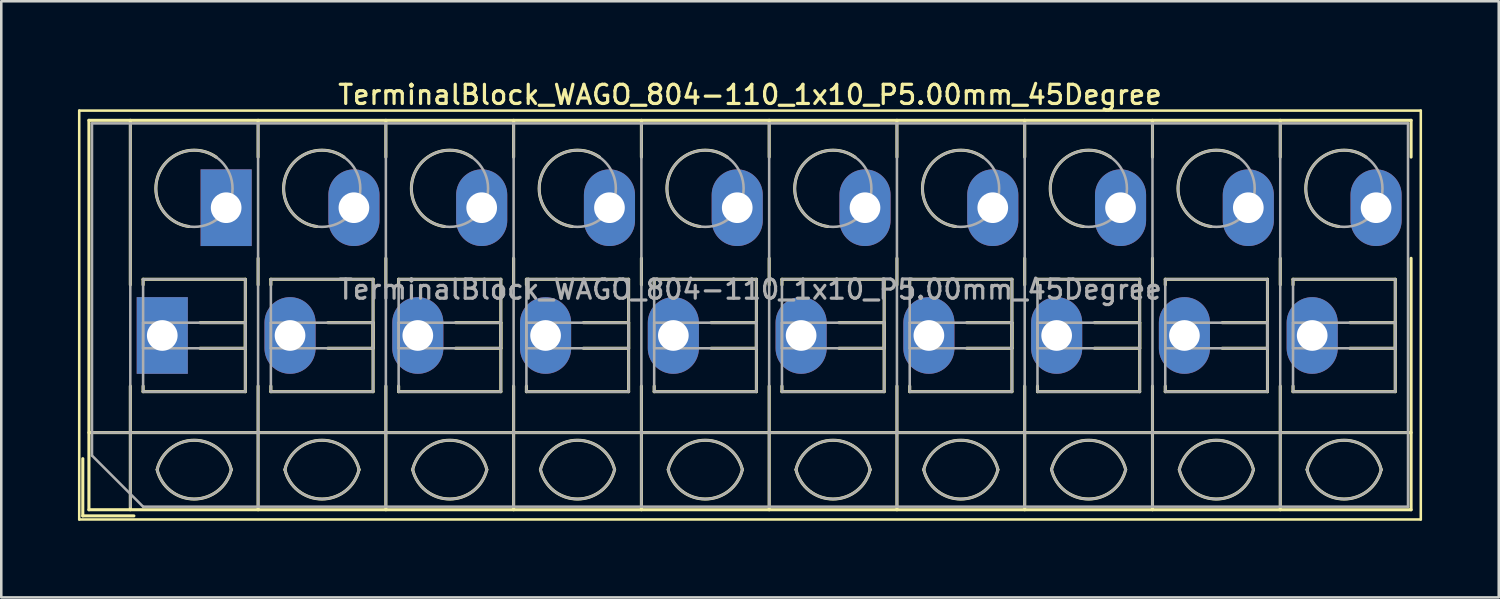
<source format=kicad_pcb>
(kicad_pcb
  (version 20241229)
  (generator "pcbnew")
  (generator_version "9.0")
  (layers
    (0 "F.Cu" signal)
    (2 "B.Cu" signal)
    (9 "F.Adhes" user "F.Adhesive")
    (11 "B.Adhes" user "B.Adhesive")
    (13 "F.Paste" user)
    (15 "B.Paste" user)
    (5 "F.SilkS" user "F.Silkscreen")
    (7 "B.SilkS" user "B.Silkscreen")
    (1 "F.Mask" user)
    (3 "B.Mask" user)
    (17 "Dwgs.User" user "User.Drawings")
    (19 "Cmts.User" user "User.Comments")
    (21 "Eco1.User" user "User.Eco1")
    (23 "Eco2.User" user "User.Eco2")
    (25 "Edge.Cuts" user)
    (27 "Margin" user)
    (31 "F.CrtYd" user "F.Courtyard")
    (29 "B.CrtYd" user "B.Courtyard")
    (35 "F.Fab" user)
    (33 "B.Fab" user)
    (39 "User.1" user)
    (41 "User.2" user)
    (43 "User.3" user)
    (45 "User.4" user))
  (footprint "TerminalBlock_WAGO_804-110_1x10_P5.00mm_45Degree"
    (layer "F.Cu")
    (at 3.3 10.078)
    (property "Reference" "TerminalBlock_WAGO_804-110_1x10_P5.00mm_45Degree" (at 23 -9.42 0) (layer "F.SilkS") (effects (font (size 0.75 0.75) (thickness 0.125))))
    (attr through_hole)
    (fp_line (start -3.25 -8.8) (end -3.25 7.2) (stroke (width 0.1) (type solid)) (layer "F.SilkS"))
    (fp_line (start -3.25 7.2) (end 49.25 7.2) (stroke (width 0.1) (type solid)) (layer "F.SilkS"))
    (fp_line (start -3.11 4.82) (end -3.11 7.06) (stroke (width 0.12) (type solid)) (layer "F.SilkS"))
    (fp_line (start -3.11 7.06) (end -1.11 7.06) (stroke (width 0.12) (type solid)) (layer "F.SilkS"))
    (fp_line (start -2.87 -8.42) (end -2.87 6.82) (stroke (width 0.12) (type solid)) (layer "F.SilkS"))
    (fp_line (start -2.87 -8.42) (end 48.87 -8.42) (stroke (width 0.12) (type solid)) (layer "F.SilkS"))
    (fp_line (start -2.87 3.8) (end 48.87 3.8) (stroke (width 0.12) (type solid)) (layer "F.SilkS"))
    (fp_line (start -2.87 6.82) (end 48.87 6.82) (stroke (width 0.12) (type solid)) (layer "F.SilkS"))
    (fp_line (start -1.25 -8.42) (end -1.25 -1.98) (stroke (width 0.12) (type solid)) (layer "F.SilkS"))
    (fp_line (start -1.25 1.98) (end -1.25 6.82) (stroke (width 0.12) (type solid)) (layer "F.SilkS"))
    (fp_line (start -0.75 -2.2) (end -0.75 -1.98) (stroke (width 0.12) (type solid)) (layer "F.SilkS"))
    (fp_line (start -0.75 -2.2) (end 3.25 -2.2) (stroke (width 0.12) (type solid)) (layer "F.SilkS"))
    (fp_line (start -0.75 1.98) (end -0.75 2.2) (stroke (width 0.12) (type solid)) (layer "F.SilkS"))
    (fp_line (start -0.75 2.2) (end 3.25 2.2) (stroke (width 0.12) (type solid)) (layer "F.SilkS"))
    (fp_line (start 1.48 -0.5) (end 3.25 -0.5) (stroke (width 0.12) (type solid)) (layer "F.SilkS"))
    (fp_line (start 1.48 0.5) (end 3.25 0.5) (stroke (width 0.12) (type solid)) (layer "F.SilkS"))
    (fp_line (start 3.25 -2.2) (end 3.25 2.2) (stroke (width 0.12) (type solid)) (layer "F.SilkS"))
    (fp_line (start 3.25 -0.5) (end 3.25 0.5) (stroke (width 0.12) (type solid)) (layer "F.SilkS"))
    (fp_line (start 3.75 -8.42) (end 3.75 -6.98) (stroke (width 0.12) (type solid)) (layer "F.SilkS"))
    (fp_line (start 3.75 -3.02) (end 3.75 -1.98) (stroke (width 0.12) (type solid)) (layer "F.SilkS"))
    (fp_line (start 3.75 1.98) (end 3.75 6.82) (stroke (width 0.12) (type solid)) (layer "F.SilkS"))
    (fp_line (start 4.25 -2.2) (end 4.25 -1.98) (stroke (width 0.12) (type solid)) (layer "F.SilkS"))
    (fp_line (start 4.25 -2.2) (end 8.25 -2.2) (stroke (width 0.12) (type solid)) (layer "F.SilkS"))
    (fp_line (start 4.25 1.98) (end 4.25 2.2) (stroke (width 0.12) (type solid)) (layer "F.SilkS"))
    (fp_line (start 4.25 2.2) (end 8.25 2.2) (stroke (width 0.12) (type solid)) (layer "F.SilkS"))
    (fp_line (start 6.48 -0.5) (end 8.25 -0.5) (stroke (width 0.12) (type solid)) (layer "F.SilkS"))
    (fp_line (start 6.48 0.5) (end 8.25 0.5) (stroke (width 0.12) (type solid)) (layer "F.SilkS"))
    (fp_line (start 8.25 -2.2) (end 8.25 2.2) (stroke (width 0.12) (type solid)) (layer "F.SilkS"))
    (fp_line (start 8.25 -0.5) (end 8.25 0.5) (stroke (width 0.12) (type solid)) (layer "F.SilkS"))
    (fp_line (start 8.75 -8.42) (end 8.75 -6.98) (stroke (width 0.12) (type solid)) (layer "F.SilkS"))
    (fp_line (start 8.75 -3.02) (end 8.75 -1.98) (stroke (width 0.12) (type solid)) (layer "F.SilkS"))
    (fp_line (start 8.75 1.98) (end 8.75 6.82) (stroke (width 0.12) (type solid)) (layer "F.SilkS"))
    (fp_line (start 9.25 -2.2) (end 9.25 -1.98) (stroke (width 0.12) (type solid)) (layer "F.SilkS"))
    (fp_line (start 9.25 -2.2) (end 13.25 -2.2) (stroke (width 0.12) (type solid)) (layer "F.SilkS"))
    (fp_line (start 9.25 1.98) (end 9.25 2.2) (stroke (width 0.12) (type solid)) (layer "F.SilkS"))
    (fp_line (start 9.25 2.2) (end 13.25 2.2) (stroke (width 0.12) (type solid)) (layer "F.SilkS"))
    (fp_line (start 11.48 -0.5) (end 13.25 -0.5) (stroke (width 0.12) (type solid)) (layer "F.SilkS"))
    (fp_line (start 11.48 0.5) (end 13.25 0.5) (stroke (width 0.12) (type solid)) (layer "F.SilkS"))
    (fp_line (start 13.25 -2.2) (end 13.25 2.2) (stroke (width 0.12) (type solid)) (layer "F.SilkS"))
    (fp_line (start 13.25 -0.5) (end 13.25 0.5) (stroke (width 0.12) (type solid)) (layer "F.SilkS"))
    (fp_line (start 13.75 -8.42) (end 13.75 -6.98) (stroke (width 0.12) (type solid)) (layer "F.SilkS"))
    (fp_line (start 13.75 -3.02) (end 13.75 -1.98) (stroke (width 0.12) (type solid)) (layer "F.SilkS"))
    (fp_line (start 13.75 1.98) (end 13.75 6.82) (stroke (width 0.12) (type solid)) (layer "F.SilkS"))
    (fp_line (start 14.25 -2.2) (end 14.25 -1.98) (stroke (width 0.12) (type solid)) (layer "F.SilkS"))
    (fp_line (start 14.25 -2.2) (end 18.25 -2.2) (stroke (width 0.12) (type solid)) (layer "F.SilkS"))
    (fp_line (start 14.25 1.98) (end 14.25 2.2) (stroke (width 0.12) (type solid)) (layer "F.SilkS"))
    (fp_line (start 14.25 2.2) (end 18.25 2.2) (stroke (width 0.12) (type solid)) (layer "F.SilkS"))
    (fp_line (start 16.48 -0.5) (end 18.25 -0.5) (stroke (width 0.12) (type solid)) (layer "F.SilkS"))
    (fp_line (start 16.48 0.5) (end 18.25 0.5) (stroke (width 0.12) (type solid)) (layer "F.SilkS"))
    (fp_line (start 18.25 -2.2) (end 18.25 2.2) (stroke (width 0.12) (type solid)) (layer "F.SilkS"))
    (fp_line (start 18.25 -0.5) (end 18.25 0.5) (stroke (width 0.12) (type solid)) (layer "F.SilkS"))
    (fp_line (start 18.75 -8.42) (end 18.75 -6.98) (stroke (width 0.12) (type solid)) (layer "F.SilkS"))
    (fp_line (start 18.75 -3.02) (end 18.75 -1.98) (stroke (width 0.12) (type solid)) (layer "F.SilkS"))
    (fp_line (start 18.75 1.98) (end 18.75 6.82) (stroke (width 0.12) (type solid)) (layer "F.SilkS"))
    (fp_line (start 19.25 -2.2) (end 19.25 -1.98) (stroke (width 0.12) (type solid)) (layer "F.SilkS"))
    (fp_line (start 19.25 -2.2) (end 23.25 -2.2) (stroke (width 0.12) (type solid)) (layer "F.SilkS"))
    (fp_line (start 19.25 1.98) (end 19.25 2.2) (stroke (width 0.12) (type solid)) (layer "F.SilkS"))
    (fp_line (start 19.25 2.2) (end 23.25 2.2) (stroke (width 0.12) (type solid)) (layer "F.SilkS"))
    (fp_line (start 21.48 -0.5) (end 23.25 -0.5) (stroke (width 0.12) (type solid)) (layer "F.SilkS"))
    (fp_line (start 21.48 0.5) (end 23.25 0.5) (stroke (width 0.12) (type solid)) (layer "F.SilkS"))
    (fp_line (start 23.25 -2.2) (end 23.25 2.2) (stroke (width 0.12) (type solid)) (layer "F.SilkS"))
    (fp_line (start 23.25 -0.5) (end 23.25 0.5) (stroke (width 0.12) (type solid)) (layer "F.SilkS"))
    (fp_line (start 23.75 -8.42) (end 23.75 -6.98) (stroke (width 0.12) (type solid)) (layer "F.SilkS"))
    (fp_line (start 23.75 -3.02) (end 23.75 -1.98) (stroke (width 0.12) (type solid)) (layer "F.SilkS"))
    (fp_line (start 23.75 1.98) (end 23.75 6.82) (stroke (width 0.12) (type solid)) (layer "F.SilkS"))
    (fp_line (start 24.25 -2.2) (end 24.25 -1.98) (stroke (width 0.12) (type solid)) (layer "F.SilkS"))
    (fp_line (start 24.25 -2.2) (end 28.25 -2.2) (stroke (width 0.12) (type solid)) (layer "F.SilkS"))
    (fp_line (start 24.25 1.98) (end 24.25 2.2) (stroke (width 0.12) (type solid)) (layer "F.SilkS"))
    (fp_line (start 24.25 2.2) (end 28.25 2.2) (stroke (width 0.12) (type solid)) (layer "F.SilkS"))
    (fp_line (start 26.48 -0.5) (end 28.25 -0.5) (stroke (width 0.12) (type solid)) (layer "F.SilkS"))
    (fp_line (start 26.48 0.5) (end 28.25 0.5) (stroke (width 0.12) (type solid)) (layer "F.SilkS"))
    (fp_line (start 28.25 -2.2) (end 28.25 2.2) (stroke (width 0.12) (type solid)) (layer "F.SilkS"))
    (fp_line (start 28.25 -0.5) (end 28.25 0.5) (stroke (width 0.12) (type solid)) (layer "F.SilkS"))
    (fp_line (start 28.75 -8.42) (end 28.75 -6.98) (stroke (width 0.12) (type solid)) (layer "F.SilkS"))
    (fp_line (start 28.75 -3.02) (end 28.75 -1.98) (stroke (width 0.12) (type solid)) (layer "F.SilkS"))
    (fp_line (start 28.75 1.98) (end 28.75 6.82) (stroke (width 0.12) (type solid)) (layer "F.SilkS"))
    (fp_line (start 29.25 -2.2) (end 29.25 -1.98) (stroke (width 0.12) (type solid)) (layer "F.SilkS"))
    (fp_line (start 29.25 -2.2) (end 33.25 -2.2) (stroke (width 0.12) (type solid)) (layer "F.SilkS"))
    (fp_line (start 29.25 1.98) (end 29.25 2.2) (stroke (width 0.12) (type solid)) (layer "F.SilkS"))
    (fp_line (start 29.25 2.2) (end 33.25 2.2) (stroke (width 0.12) (type solid)) (layer "F.SilkS"))
    (fp_line (start 31.48 -0.5) (end 33.25 -0.5) (stroke (width 0.12) (type solid)) (layer "F.SilkS"))
    (fp_line (start 31.48 0.5) (end 33.25 0.5) (stroke (width 0.12) (type solid)) (layer "F.SilkS"))
    (fp_line (start 33.25 -2.2) (end 33.25 2.2) (stroke (width 0.12) (type solid)) (layer "F.SilkS"))
    (fp_line (start 33.25 -0.5) (end 33.25 0.5) (stroke (width 0.12) (type solid)) (layer "F.SilkS"))
    (fp_line (start 33.75 -8.42) (end 33.75 -6.98) (stroke (width 0.12) (type solid)) (layer "F.SilkS"))
    (fp_line (start 33.75 -3.02) (end 33.75 -1.98) (stroke (width 0.12) (type solid)) (layer "F.SilkS"))
    (fp_line (start 33.75 1.98) (end 33.75 6.82) (stroke (width 0.12) (type solid)) (layer "F.SilkS"))
    (fp_line (start 34.25 -2.2) (end 34.25 -1.98) (stroke (width 0.12) (type solid)) (layer "F.SilkS"))
    (fp_line (start 34.25 -2.2) (end 38.25 -2.2) (stroke (width 0.12) (type solid)) (layer "F.SilkS"))
    (fp_line (start 34.25 1.98) (end 34.25 2.2) (stroke (width 0.12) (type solid)) (layer "F.SilkS"))
    (fp_line (start 34.25 2.2) (end 38.25 2.2) (stroke (width 0.12) (type solid)) (layer "F.SilkS"))
    (fp_line (start 36.48 -0.5) (end 38.25 -0.5) (stroke (width 0.12) (type solid)) (layer "F.SilkS"))
    (fp_line (start 36.48 0.5) (end 38.25 0.5) (stroke (width 0.12) (type solid)) (layer "F.SilkS"))
    (fp_line (start 38.25 -2.2) (end 38.25 2.2) (stroke (width 0.12) (type solid)) (layer "F.SilkS"))
    (fp_line (start 38.25 -0.5) (end 38.25 0.5) (stroke (width 0.12) (type solid)) (layer "F.SilkS"))
    (fp_line (start 38.75 -8.42) (end 38.75 -6.98) (stroke (width 0.12) (type solid)) (layer "F.SilkS"))
    (fp_line (start 38.75 -3.02) (end 38.75 -1.98) (stroke (width 0.12) (type solid)) (layer "F.SilkS"))
    (fp_line (start 38.75 1.98) (end 38.75 6.82) (stroke (width 0.12) (type solid)) (layer "F.SilkS"))
    (fp_line (start 39.25 -2.2) (end 39.25 -1.98) (stroke (width 0.12) (type solid)) (layer "F.SilkS"))
    (fp_line (start 39.25 -2.2) (end 43.25 -2.2) (stroke (width 0.12) (type solid)) (layer "F.SilkS"))
    (fp_line (start 39.25 1.98) (end 39.25 2.2) (stroke (width 0.12) (type solid)) (layer "F.SilkS"))
    (fp_line (start 39.25 2.2) (end 43.25 2.2) (stroke (width 0.12) (type solid)) (layer "F.SilkS"))
    (fp_line (start 41.48 -0.5) (end 43.25 -0.5) (stroke (width 0.12) (type solid)) (layer "F.SilkS"))
    (fp_line (start 41.48 0.5) (end 43.25 0.5) (stroke (width 0.12) (type solid)) (layer "F.SilkS"))
    (fp_line (start 43.25 -2.2) (end 43.25 2.2) (stroke (width 0.12) (type solid)) (layer "F.SilkS"))
    (fp_line (start 43.25 -0.5) (end 43.25 0.5) (stroke (width 0.12) (type solid)) (layer "F.SilkS"))
    (fp_line (start 43.75 -8.42) (end 43.75 -6.98) (stroke (width 0.12) (type solid)) (layer "F.SilkS"))
    (fp_line (start 43.75 -3.02) (end 43.75 -1.98) (stroke (width 0.12) (type solid)) (layer "F.SilkS"))
    (fp_line (start 43.75 1.98) (end 43.75 6.82) (stroke (width 0.12) (type solid)) (layer "F.SilkS"))
    (fp_line (start 44.25 -2.2) (end 44.25 -1.98) (stroke (width 0.12) (type solid)) (layer "F.SilkS"))
    (fp_line (start 44.25 -2.2) (end 48.25 -2.2) (stroke (width 0.12) (type solid)) (layer "F.SilkS"))
    (fp_line (start 44.25 1.98) (end 44.25 2.2) (stroke (width 0.12) (type solid)) (layer "F.SilkS"))
    (fp_line (start 44.25 2.2) (end 48.25 2.2) (stroke (width 0.12) (type solid)) (layer "F.SilkS"))
    (fp_line (start 46.48 -0.5) (end 48.25 -0.5) (stroke (width 0.12) (type solid)) (layer "F.SilkS"))
    (fp_line (start 46.48 0.5) (end 48.25 0.5) (stroke (width 0.12) (type solid)) (layer "F.SilkS"))
    (fp_line (start 48.25 -2.2) (end 48.25 2.2) (stroke (width 0.12) (type solid)) (layer "F.SilkS"))
    (fp_line (start 48.25 -0.5) (end 48.25 0.5) (stroke (width 0.12) (type solid)) (layer "F.SilkS"))
    (fp_line (start 48.87 -8.42) (end 48.87 -6.98) (stroke (width 0.12) (type solid)) (layer "F.SilkS"))
    (fp_line (start 48.87 -3.02) (end 48.87 6.82) (stroke (width 0.12) (type solid)) (layer "F.SilkS"))
    (fp_line (start 49.25 -8.8) (end -3.25 -8.8) (stroke (width 0.1) (type solid)) (layer "F.SilkS"))
    (fp_line (start 49.25 7.2) (end 49.25 -8.8) (stroke (width 0.1) (type solid)) (layer "F.SilkS"))
    (fp_arc (start -0.200865 5.250424) (mid 1.250296 4.099926) (end 2.701 5.251) (stroke (width 0.12) (type solid)) (layer "F.SilkS"))
    (fp_arc (start 1.040798 -4.264067) (mid -0.146039 -6.300306) (end 2.111 -6.979) (stroke (width 0.12) (type solid)) (layer "F.SilkS"))
    (fp_arc (start 2.7 5.25) (mid 1.250068 6.400101) (end -0.199969 5.250133) (stroke (width 0.12) (type solid)) (layer "F.SilkS"))
    (fp_arc (start 4.799135 5.250424) (mid 6.250296 4.099926) (end 7.701 5.251) (stroke (width 0.12) (type solid)) (layer "F.SilkS"))
    (fp_arc (start 6.040798 -4.264067) (mid 4.853961 -6.300306) (end 7.111 -6.979) (stroke (width 0.12) (type solid)) (layer "F.SilkS"))
    (fp_arc (start 7.7 5.25) (mid 6.250068 6.400101) (end 4.800031 5.250133) (stroke (width 0.12) (type solid)) (layer "F.SilkS"))
    (fp_arc (start 9.799135 5.250424) (mid 11.250296 4.099926) (end 12.701 5.251) (stroke (width 0.12) (type solid)) (layer "F.SilkS"))
    (fp_arc (start 11.040798 -4.264067) (mid 9.853961 -6.300306) (end 12.111 -6.979) (stroke (width 0.12) (type solid)) (layer "F.SilkS"))
    (fp_arc (start 12.7 5.25) (mid 11.250068 6.400101) (end 9.800031 5.250133) (stroke (width 0.12) (type solid)) (layer "F.SilkS"))
    (fp_arc (start 14.799135 5.250424) (mid 16.250296 4.099926) (end 17.701 5.251) (stroke (width 0.12) (type solid)) (layer "F.SilkS"))
    (fp_arc (start 16.040798 -4.264067) (mid 14.853961 -6.300306) (end 17.111 -6.979) (stroke (width 0.12) (type solid)) (layer "F.SilkS"))
    (fp_arc (start 17.7 5.25) (mid 16.250068 6.400101) (end 14.800031 5.250133) (stroke (width 0.12) (type solid)) (layer "F.SilkS"))
    (fp_arc (start 19.799135 5.250424) (mid 21.250296 4.099926) (end 22.701 5.251) (stroke (width 0.12) (type solid)) (layer "F.SilkS"))
    (fp_arc (start 21.040798 -4.264067) (mid 19.853961 -6.300306) (end 22.111 -6.979) (stroke (width 0.12) (type solid)) (layer "F.SilkS"))
    (fp_arc (start 22.7 5.25) (mid 21.250068 6.400101) (end 19.800031 5.250133) (stroke (width 0.12) (type solid)) (layer "F.SilkS"))
    (fp_arc (start 24.799135 5.250424) (mid 26.250296 4.099926) (end 27.701 5.251) (stroke (width 0.12) (type solid)) (layer "F.SilkS"))
    (fp_arc (start 26.040798 -4.264067) (mid 24.853961 -6.300306) (end 27.111 -6.979) (stroke (width 0.12) (type solid)) (layer "F.SilkS"))
    (fp_arc (start 27.7 5.25) (mid 26.250068 6.400101) (end 24.800031 5.250133) (stroke (width 0.12) (type solid)) (layer "F.SilkS"))
    (fp_arc (start 29.799135 5.250424) (mid 31.250296 4.099926) (end 32.701 5.251) (stroke (width 0.12) (type solid)) (layer "F.SilkS"))
    (fp_arc (start 31.040798 -4.264067) (mid 29.853961 -6.300306) (end 32.111 -6.979) (stroke (width 0.12) (type solid)) (layer "F.SilkS"))
    (fp_arc (start 32.701 5.25) (mid 31.250296 6.401074) (end 29.799135 5.250576) (stroke (width 0.12) (type solid)) (layer "F.SilkS"))
    (fp_arc (start 34.799135 5.250424) (mid 36.250296 4.099926) (end 37.701 5.251) (stroke (width 0.12) (type solid)) (layer "F.SilkS"))
    (fp_arc (start 36.040798 -4.264067) (mid 34.853961 -6.300306) (end 37.111 -6.979) (stroke (width 0.12) (type solid)) (layer "F.SilkS"))
    (fp_arc (start 37.7 5.25) (mid 36.250068 6.400101) (end 34.800031 5.250133) (stroke (width 0.12) (type solid)) (layer "F.SilkS"))
    (fp_arc (start 39.799135 5.250424) (mid 41.250296 4.099926) (end 42.701 5.251) (stroke (width 0.12) (type solid)) (layer "F.SilkS"))
    (fp_arc (start 41.040798 -4.264067) (mid 39.853961 -6.300306) (end 42.111 -6.979) (stroke (width 0.12) (type solid)) (layer "F.SilkS"))
    (fp_arc (start 42.7 5.25) (mid 41.250068 6.400101) (end 39.800031 5.250133) (stroke (width 0.12) (type solid)) (layer "F.SilkS"))
    (fp_arc (start 44.799135 5.250424) (mid 46.250296 4.099926) (end 47.701 5.251) (stroke (width 0.12) (type solid)) (layer "F.SilkS"))
    (fp_arc (start 46.040798 -4.264067) (mid 44.853961 -6.300306) (end 47.111 -6.979) (stroke (width 0.12) (type solid)) (layer "F.SilkS"))
    (fp_arc (start 47.7 5.25) (mid 46.250068 6.400101) (end 44.800031 5.250133) (stroke (width 0.12) (type solid)) (layer "F.SilkS"))
    (fp_line (start -2.75 -8.3) (end 48.75 -8.3) (stroke (width 0.1) (type solid)) (layer "F.Fab"))
    (fp_line (start -2.75 3.8) (end 48.75 3.8) (stroke (width 0.1) (type solid)) (layer "F.Fab"))
    (fp_line (start -2.75 4.7) (end -2.75 -8.3) (stroke (width 0.1) (type solid)) (layer "F.Fab"))
    (fp_line (start -1.25 -8.3) (end -1.25 6.7) (stroke (width 0.1) (type solid)) (layer "F.Fab"))
    (fp_line (start -0.75 -2.2) (end -0.75 2.2) (stroke (width 0.1) (type solid)) (layer "F.Fab"))
    (fp_line (start -0.75 -0.5) (end -0.75 0.5) (stroke (width 0.1) (type solid)) (layer "F.Fab"))
    (fp_line (start -0.75 0.5) (end 3.25 0.5) (stroke (width 0.1) (type solid)) (layer "F.Fab"))
    (fp_line (start -0.75 2.2) (end 3.25 2.2) (stroke (width 0.1) (type solid)) (layer "F.Fab"))
    (fp_line (start -0.75 6.7) (end -2.75 4.7) (stroke (width 0.1) (type solid)) (layer "F.Fab"))
    (fp_line (start 3.25 -2.2) (end -0.75 -2.2) (stroke (width 0.1) (type solid)) (layer "F.Fab"))
    (fp_line (start 3.25 -0.5) (end -0.75 -0.5) (stroke (width 0.1) (type solid)) (layer "F.Fab"))
    (fp_line (start 3.25 0.5) (end 3.25 -0.5) (stroke (width 0.1) (type solid)) (layer "F.Fab"))
    (fp_line (start 3.25 2.2) (end 3.25 -2.2) (stroke (width 0.1) (type solid)) (layer "F.Fab"))
    (fp_line (start 3.75 -8.3) (end 3.75 6.7) (stroke (width 0.1) (type solid)) (layer "F.Fab"))
    (fp_line (start 4.25 -2.2) (end 4.25 2.2) (stroke (width 0.1) (type solid)) (layer "F.Fab"))
    (fp_line (start 4.25 -0.5) (end 4.25 0.5) (stroke (width 0.1) (type solid)) (layer "F.Fab"))
    (fp_line (start 4.25 0.5) (end 8.25 0.5) (stroke (width 0.1) (type solid)) (layer "F.Fab"))
    (fp_line (start 4.25 2.2) (end 8.25 2.2) (stroke (width 0.1) (type solid)) (layer "F.Fab"))
    (fp_line (start 8.25 -2.2) (end 4.25 -2.2) (stroke (width 0.1) (type solid)) (layer "F.Fab"))
    (fp_line (start 8.25 -0.5) (end 4.25 -0.5) (stroke (width 0.1) (type solid)) (layer "F.Fab"))
    (fp_line (start 8.25 0.5) (end 8.25 -0.5) (stroke (width 0.1) (type solid)) (layer "F.Fab"))
    (fp_line (start 8.25 2.2) (end 8.25 -2.2) (stroke (width 0.1) (type solid)) (layer "F.Fab"))
    (fp_line (start 8.75 -8.3) (end 8.75 6.7) (stroke (width 0.1) (type solid)) (layer "F.Fab"))
    (fp_line (start 9.25 -2.2) (end 9.25 2.2) (stroke (width 0.1) (type solid)) (layer "F.Fab"))
    (fp_line (start 9.25 -0.5) (end 9.25 0.5) (stroke (width 0.1) (type solid)) (layer "F.Fab"))
    (fp_line (start 9.25 0.5) (end 13.25 0.5) (stroke (width 0.1) (type solid)) (layer "F.Fab"))
    (fp_line (start 9.25 2.2) (end 13.25 2.2) (stroke (width 0.1) (type solid)) (layer "F.Fab"))
    (fp_line (start 13.25 -2.2) (end 9.25 -2.2) (stroke (width 0.1) (type solid)) (layer "F.Fab"))
    (fp_line (start 13.25 -0.5) (end 9.25 -0.5) (stroke (width 0.1) (type solid)) (layer "F.Fab"))
    (fp_line (start 13.25 0.5) (end 13.25 -0.5) (stroke (width 0.1) (type solid)) (layer "F.Fab"))
    (fp_line (start 13.25 2.2) (end 13.25 -2.2) (stroke (width 0.1) (type solid)) (layer "F.Fab"))
    (fp_line (start 13.75 -8.3) (end 13.75 6.7) (stroke (width 0.1) (type solid)) (layer "F.Fab"))
    (fp_line (start 14.25 -2.2) (end 14.25 2.2) (stroke (width 0.1) (type solid)) (layer "F.Fab"))
    (fp_line (start 14.25 -0.5) (end 14.25 0.5) (stroke (width 0.1) (type solid)) (layer "F.Fab"))
    (fp_line (start 14.25 0.5) (end 18.25 0.5) (stroke (width 0.1) (type solid)) (layer "F.Fab"))
    (fp_line (start 14.25 2.2) (end 18.25 2.2) (stroke (width 0.1) (type solid)) (layer "F.Fab"))
    (fp_line (start 18.25 -2.2) (end 14.25 -2.2) (stroke (width 0.1) (type solid)) (layer "F.Fab"))
    (fp_line (start 18.25 -0.5) (end 14.25 -0.5) (stroke (width 0.1) (type solid)) (layer "F.Fab"))
    (fp_line (start 18.25 0.5) (end 18.25 -0.5) (stroke (width 0.1) (type solid)) (layer "F.Fab"))
    (fp_line (start 18.25 2.2) (end 18.25 -2.2) (stroke (width 0.1) (type solid)) (layer "F.Fab"))
    (fp_line (start 18.75 -8.3) (end 18.75 6.7) (stroke (width 0.1) (type solid)) (layer "F.Fab"))
    (fp_line (start 19.25 -2.2) (end 19.25 2.2) (stroke (width 0.1) (type solid)) (layer "F.Fab"))
    (fp_line (start 19.25 -0.5) (end 19.25 0.5) (stroke (width 0.1) (type solid)) (layer "F.Fab"))
    (fp_line (start 19.25 0.5) (end 23.25 0.5) (stroke (width 0.1) (type solid)) (layer "F.Fab"))
    (fp_line (start 19.25 2.2) (end 23.25 2.2) (stroke (width 0.1) (type solid)) (layer "F.Fab"))
    (fp_line (start 23.25 -2.2) (end 19.25 -2.2) (stroke (width 0.1) (type solid)) (layer "F.Fab"))
    (fp_line (start 23.25 -0.5) (end 19.25 -0.5) (stroke (width 0.1) (type solid)) (layer "F.Fab"))
    (fp_line (start 23.25 0.5) (end 23.25 -0.5) (stroke (width 0.1) (type solid)) (layer "F.Fab"))
    (fp_line (start 23.25 2.2) (end 23.25 -2.2) (stroke (width 0.1) (type solid)) (layer "F.Fab"))
    (fp_line (start 23.75 -8.3) (end 23.75 6.7) (stroke (width 0.1) (type solid)) (layer "F.Fab"))
    (fp_line (start 24.25 -2.2) (end 24.25 2.2) (stroke (width 0.1) (type solid)) (layer "F.Fab"))
    (fp_line (start 24.25 -0.5) (end 24.25 0.5) (stroke (width 0.1) (type solid)) (layer "F.Fab"))
    (fp_line (start 24.25 0.5) (end 28.25 0.5) (stroke (width 0.1) (type solid)) (layer "F.Fab"))
    (fp_line (start 24.25 2.2) (end 28.25 2.2) (stroke (width 0.1) (type solid)) (layer "F.Fab"))
    (fp_line (start 28.25 -2.2) (end 24.25 -2.2) (stroke (width 0.1) (type solid)) (layer "F.Fab"))
    (fp_line (start 28.25 -0.5) (end 24.25 -0.5) (stroke (width 0.1) (type solid)) (layer "F.Fab"))
    (fp_line (start 28.25 0.5) (end 28.25 -0.5) (stroke (width 0.1) (type solid)) (layer "F.Fab"))
    (fp_line (start 28.25 2.2) (end 28.25 -2.2) (stroke (width 0.1) (type solid)) (layer "F.Fab"))
    (fp_line (start 28.75 -8.3) (end 28.75 6.7) (stroke (width 0.1) (type solid)) (layer "F.Fab"))
    (fp_line (start 29.25 -2.2) (end 29.25 2.2) (stroke (width 0.1) (type solid)) (layer "F.Fab"))
    (fp_line (start 29.25 -0.5) (end 29.25 0.5) (stroke (width 0.1) (type solid)) (layer "F.Fab"))
    (fp_line (start 29.25 0.5) (end 33.25 0.5) (stroke (width 0.1) (type solid)) (layer "F.Fab"))
    (fp_line (start 29.25 2.2) (end 33.25 2.2) (stroke (width 0.1) (type solid)) (layer "F.Fab"))
    (fp_line (start 33.25 -2.2) (end 29.25 -2.2) (stroke (width 0.1) (type solid)) (layer "F.Fab"))
    (fp_line (start 33.25 -0.5) (end 29.25 -0.5) (stroke (width 0.1) (type solid)) (layer "F.Fab"))
    (fp_line (start 33.25 0.5) (end 33.25 -0.5) (stroke (width 0.1) (type solid)) (layer "F.Fab"))
    (fp_line (start 33.25 2.2) (end 33.25 -2.2) (stroke (width 0.1) (type solid)) (layer "F.Fab"))
    (fp_line (start 33.75 -8.3) (end 33.75 6.7) (stroke (width 0.1) (type solid)) (layer "F.Fab"))
    (fp_line (start 34.25 -2.2) (end 34.25 2.2) (stroke (width 0.1) (type solid)) (layer "F.Fab"))
    (fp_line (start 34.25 -0.5) (end 34.25 0.5) (stroke (width 0.1) (type solid)) (layer "F.Fab"))
    (fp_line (start 34.25 0.5) (end 38.25 0.5) (stroke (width 0.1) (type solid)) (layer "F.Fab"))
    (fp_line (start 34.25 2.2) (end 38.25 2.2) (stroke (width 0.1) (type solid)) (layer "F.Fab"))
    (fp_line (start 38.25 -2.2) (end 34.25 -2.2) (stroke (width 0.1) (type solid)) (layer "F.Fab"))
    (fp_line (start 38.25 -0.5) (end 34.25 -0.5) (stroke (width 0.1) (type solid)) (layer "F.Fab"))
    (fp_line (start 38.25 0.5) (end 38.25 -0.5) (stroke (width 0.1) (type solid)) (layer "F.Fab"))
    (fp_line (start 38.25 2.2) (end 38.25 -2.2) (stroke (width 0.1) (type solid)) (layer "F.Fab"))
    (fp_line (start 38.75 -8.3) (end 38.75 6.7) (stroke (width 0.1) (type solid)) (layer "F.Fab"))
    (fp_line (start 39.25 -2.2) (end 39.25 2.2) (stroke (width 0.1) (type solid)) (layer "F.Fab"))
    (fp_line (start 39.25 -0.5) (end 39.25 0.5) (stroke (width 0.1) (type solid)) (layer "F.Fab"))
    (fp_line (start 39.25 0.5) (end 43.25 0.5) (stroke (width 0.1) (type solid)) (layer "F.Fab"))
    (fp_line (start 39.25 2.2) (end 43.25 2.2) (stroke (width 0.1) (type solid)) (layer "F.Fab"))
    (fp_line (start 43.25 -2.2) (end 39.25 -2.2) (stroke (width 0.1) (type solid)) (layer "F.Fab"))
    (fp_line (start 43.25 -0.5) (end 39.25 -0.5) (stroke (width 0.1) (type solid)) (layer "F.Fab"))
    (fp_line (start 43.25 0.5) (end 43.25 -0.5) (stroke (width 0.1) (type solid)) (layer "F.Fab"))
    (fp_line (start 43.25 2.2) (end 43.25 -2.2) (stroke (width 0.1) (type solid)) (layer "F.Fab"))
    (fp_line (start 43.75 -8.3) (end 43.75 6.7) (stroke (width 0.1) (type solid)) (layer "F.Fab"))
    (fp_line (start 44.25 -2.2) (end 44.25 2.2) (stroke (width 0.1) (type solid)) (layer "F.Fab"))
    (fp_line (start 44.25 -0.5) (end 44.25 0.5) (stroke (width 0.1) (type solid)) (layer "F.Fab"))
    (fp_line (start 44.25 0.5) (end 48.25 0.5) (stroke (width 0.1) (type solid)) (layer "F.Fab"))
    (fp_line (start 44.25 2.2) (end 48.25 2.2) (stroke (width 0.1) (type solid)) (layer "F.Fab"))
    (fp_line (start 48.25 -2.2) (end 44.25 -2.2) (stroke (width 0.1) (type solid)) (layer "F.Fab"))
    (fp_line (start 48.25 -0.5) (end 44.25 -0.5) (stroke (width 0.1) (type solid)) (layer "F.Fab"))
    (fp_line (start 48.25 0.5) (end 48.25 -0.5) (stroke (width 0.1) (type solid)) (layer "F.Fab"))
    (fp_line (start 48.25 2.2) (end 48.25 -2.2) (stroke (width 0.1) (type solid)) (layer "F.Fab"))
    (fp_line (start 48.75 -8.3) (end 48.75 6.7) (stroke (width 0.1) (type solid)) (layer "F.Fab"))
    (fp_line (start 48.75 6.7) (end -0.75 6.7) (stroke (width 0.1) (type solid)) (layer "F.Fab"))
    (fp_arc (start -0.200865 5.250424) (mid 1.250296 4.099926) (end 2.701 5.251) (stroke (width 0.1) (type solid)) (layer "F.Fab"))
    (fp_arc (start 2.7 5.25) (mid 1.250068 6.400101) (end -0.199969 5.250133) (stroke (width 0.1) (type solid)) (layer "F.Fab"))
    (fp_arc (start 4.799135 5.250424) (mid 6.250296 4.099926) (end 7.701 5.251) (stroke (width 0.1) (type solid)) (layer "F.Fab"))
    (fp_arc (start 7.7 5.25) (mid 6.250068 6.400101) (end 4.800031 5.250133) (stroke (width 0.1) (type solid)) (layer "F.Fab"))
    (fp_arc (start 9.799135 5.250424) (mid 11.250296 4.099926) (end 12.701 5.251) (stroke (width 0.1) (type solid)) (layer "F.Fab"))
    (fp_arc (start 12.7 5.25) (mid 11.250068 6.400101) (end 9.800031 5.250133) (stroke (width 0.1) (type solid)) (layer "F.Fab"))
    (fp_arc (start 14.799135 5.250424) (mid 16.250296 4.099926) (end 17.701 5.251) (stroke (width 0.1) (type solid)) (layer "F.Fab"))
    (fp_arc (start 17.7 5.25) (mid 16.250068 6.400101) (end 14.800031 5.250133) (stroke (width 0.1) (type solid)) (layer "F.Fab"))
    (fp_arc (start 19.799135 5.250424) (mid 21.250296 4.099926) (end 22.701 5.251) (stroke (width 0.1) (type solid)) (layer "F.Fab"))
    (fp_arc (start 22.7 5.25) (mid 21.250068 6.400101) (end 19.800031 5.250133) (stroke (width 0.1) (type solid)) (layer "F.Fab"))
    (fp_arc (start 24.799135 5.250424) (mid 26.250296 4.099926) (end 27.701 5.251) (stroke (width 0.1) (type solid)) (layer "F.Fab"))
    (fp_arc (start 27.7 5.25) (mid 26.250068 6.400101) (end 24.800031 5.250133) (stroke (width 0.1) (type solid)) (layer "F.Fab"))
    (fp_arc (start 29.799135 5.250424) (mid 31.250296 4.099926) (end 32.701 5.251) (stroke (width 0.1) (type solid)) (layer "F.Fab"))
    (fp_arc (start 32.701 5.25) (mid 31.250296 6.401074) (end 29.799135 5.250576) (stroke (width 0.1) (type solid)) (layer "F.Fab"))
    (fp_arc (start 34.799135 5.250424) (mid 36.250296 4.099926) (end 37.701 5.251) (stroke (width 0.1) (type solid)) (layer "F.Fab"))
    (fp_arc (start 37.7 5.25) (mid 36.250068 6.400101) (end 34.800031 5.250133) (stroke (width 0.1) (type solid)) (layer "F.Fab"))
    (fp_arc (start 39.799135 5.250424) (mid 41.250296 4.099926) (end 42.701 5.251) (stroke (width 0.1) (type solid)) (layer "F.Fab"))
    (fp_arc (start 42.7 5.25) (mid 41.250068 6.400101) (end 39.800031 5.250133) (stroke (width 0.1) (type solid)) (layer "F.Fab"))
    (fp_arc (start 44.799135 5.250424) (mid 46.250296 4.099926) (end 47.701 5.251) (stroke (width 0.1) (type solid)) (layer "F.Fab"))
    (fp_arc (start 47.7 5.25) (mid 46.250068 6.400101) (end 44.800031 5.250133) (stroke (width 0.1) (type solid)) (layer "F.Fab"))
    (fp_circle (center 1.25 -5.75) (end 2.75 -5.75) (stroke (width 0.1) (type solid)) (fill no) (layer "F.Fab"))
    (fp_circle (center 6.25 -5.75) (end 7.75 -5.75) (stroke (width 0.1) (type solid)) (fill no) (layer "F.Fab"))
    (fp_circle (center 11.25 -5.75) (end 12.75 -5.75) (stroke (width 0.1) (type solid)) (fill no) (layer "F.Fab"))
    (fp_circle (center 16.25 -5.75) (end 17.75 -5.75) (stroke (width 0.1) (type solid)) (fill no) (layer "F.Fab"))
    (fp_circle (center 21.25 -5.75) (end 22.75 -5.75) (stroke (width 0.1) (type solid)) (fill no) (layer "F.Fab"))
    (fp_circle (center 26.25 -5.75) (end 27.75 -5.75) (stroke (width 0.1) (type solid)) (fill no) (layer "F.Fab"))
    (fp_circle (center 31.25 -5.75) (end 32.75 -5.75) (stroke (width 0.1) (type solid)) (fill no) (layer "F.Fab"))
    (fp_circle (center 36.25 -5.75) (end 37.75 -5.75) (stroke (width 0.1) (type solid)) (fill no) (layer "F.Fab"))
    (fp_circle (center 41.25 -5.75) (end 42.75 -5.75) (stroke (width 0.1) (type solid)) (fill no) (layer "F.Fab"))
    (fp_circle (center 46.25 -5.75) (end 47.75 -5.75) (stroke (width 0.1) (type solid)) (fill no) (layer "F.Fab"))
    (fp_text user "${REFERENCE}" (at 23 -1.8 0) (layer "F.Fab") (effects (font (size 0.75 0.75) (thickness 0.125))))
    (pad "1" thru_hole rect (at 0 0) (size 2 3) (drill 1.2) (layers "*.Cu" "*.Mask"))
    (pad "1" thru_hole rect (at 2.5 -5) (size 2 3) (drill 1.2) (layers "*.Cu" "*.Mask"))
    (pad "2" thru_hole oval (at 5 0) (size 2 3) (drill 1.2) (layers "*.Cu" "*.Mask"))
    (pad "2" thru_hole oval (at 7.5 -5) (size 2 3) (drill 1.2) (layers "*.Cu" "*.Mask"))
    (pad "3" thru_hole oval (at 10 0) (size 2 3) (drill 1.2) (layers "*.Cu" "*.Mask"))
    (pad "3" thru_hole oval (at 12.5 -5) (size 2 3) (drill 1.2) (layers "*.Cu" "*.Mask"))
    (pad "4" thru_hole oval (at 15 0) (size 2 3) (drill 1.2) (layers "*.Cu" "*.Mask"))
    (pad "4" thru_hole oval (at 17.5 -5) (size 2 3) (drill 1.2) (layers "*.Cu" "*.Mask"))
    (pad "5" thru_hole oval (at 20 0) (size 2 3) (drill 1.2) (layers "*.Cu" "*.Mask"))
    (pad "5" thru_hole oval (at 22.5 -5) (size 2 3) (drill 1.2) (layers "*.Cu" "*.Mask"))
    (pad "6" thru_hole oval (at 25 0) (size 2 3) (drill 1.2) (layers "*.Cu" "*.Mask"))
    (pad "6" thru_hole oval (at 27.5 -5) (size 2 3) (drill 1.2) (layers "*.Cu" "*.Mask"))
    (pad "7" thru_hole oval (at 30 0) (size 2 3) (drill 1.2) (layers "*.Cu" "*.Mask"))
    (pad "7" thru_hole oval (at 32.5 -5) (size 2 3) (drill 1.2) (layers "*.Cu" "*.Mask"))
    (pad "8" thru_hole oval (at 35 0) (size 2 3) (drill 1.2) (layers "*.Cu" "*.Mask"))
    (pad "8" thru_hole oval (at 37.5 -5) (size 2 3) (drill 1.2) (layers "*.Cu" "*.Mask"))
    (pad "9" thru_hole oval (at 40 0) (size 2 3) (drill 1.2) (layers "*.Cu" "*.Mask"))
    (pad "9" thru_hole oval (at 42.5 -5) (size 2 3) (drill 1.2) (layers "*.Cu" "*.Mask"))
    (pad "10" thru_hole oval (at 45 0) (size 2 3) (drill 1.2) (layers "*.Cu" "*.Mask"))
    (pad "10" thru_hole oval (at 47.5 -5) (size 2 3) (drill 1.2) (layers "*.Cu" "*.Mask")))
  (gr_rect
    (start -3 -3)
    (end 55.6 20.328)
    (stroke (width 0.1) (type default))
    (fill no)
    (layer "Edge.Cuts")))
</source>
